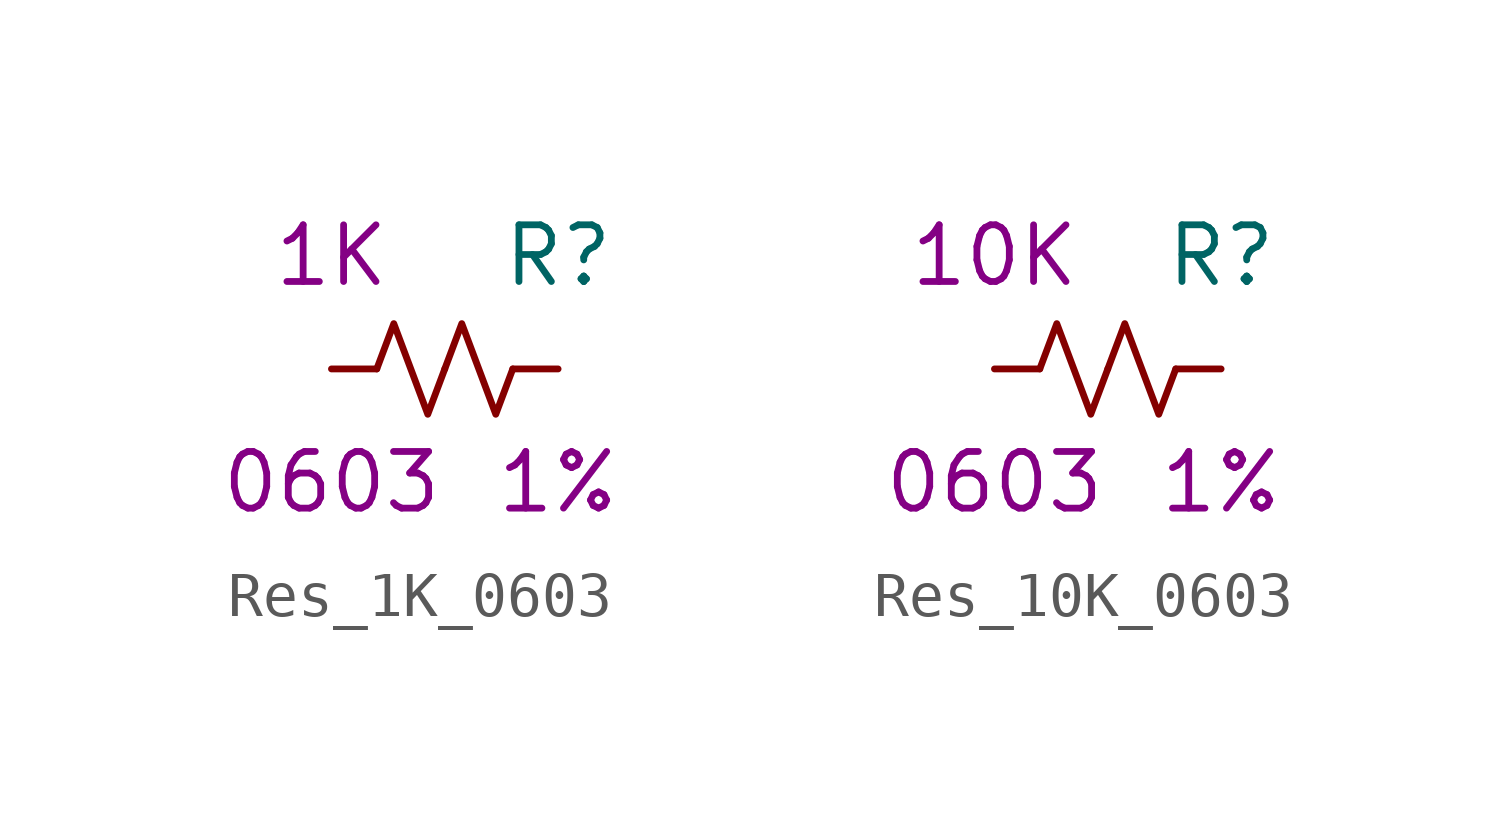
<source format=kicad_sym>
(kicad_symbol_lib
  (version 20211014)
  (generator kicad_symbol_editor)
  (symbol "Res_1K_0603"
    (pin_numbers hide)
    (pin_names
      (offset 0) hide)
    (property "Reference" "R"
      (at 5.08 2.54 0)
      (effects (font (size 1.27 1.27))))
    (property "Package" "0603"
      (at 0 -2.54 0)
      (effects (font (size 1.27 1.27))))
    (property "Property" "1K"
      (at 0 2.54 0)
      (effects (font (size 1.27 1.27))))
    (property "Tolerance" "1%"
      (at 5.08 -2.54 0)
      (effects (font (size 1.27 1.27))))
    (symbol "Res_1K_0603_1_1"
      (polyline (pts (xy 2.54 0) (xy 2.159 -1.016) (xy 1.778 0) (xy 1.397 1.016) (xy 1.016 0)) (stroke (width 0) (type default) (color 0 0 0 0)) (fill (type none)))
      (polyline (pts (xy 4.064 0) (xy 3.683 -1.016) (xy 3.302 0) (xy 2.921 1.016) (xy 2.54 0)) (stroke (width 0) (type default) (color 0 0 0 0)) (fill (type none)))
      (pin passive line (at 0 0 0) (length 1.016) (name "~" (effects (font (size 1.27 1.27)))) (number "1" (effects (font (size 1.27 1.27)))))
      (pin passive line (at 5.08 0 180) (length 1.016) (name "~" (effects (font (size 1.27 1.27)))) (number "2" (effects (font (size 1.27 1.27)))))))
  (symbol "Res_10K_0603"
    (pin_numbers hide)
    (pin_names
      (offset 0) hide)
    (property "Reference" "R"
      (at 5.08 2.54 0)
      (effects (font (size 1.27 1.27))))
    (property "Package" "0603"
      (at 0 -2.54 0)
      (effects (font (size 1.27 1.27))))
    (property "Property" "10K"
      (at 0 2.54 0)
      (effects (font (size 1.27 1.27))))
    (property "Tolerance" "1%"
      (at 5.08 -2.54 0)
      (effects (font (size 1.27 1.27))))
    (symbol "Res_10K_0603_1_1"
      (polyline (pts (xy 2.54 0) (xy 2.159 -1.016) (xy 1.778 0) (xy 1.397 1.016) (xy 1.016 0)) (stroke (width 0) (type default) (color 0 0 0 0)) (fill (type none)))
      (polyline (pts (xy 4.064 0) (xy 3.683 -1.016) (xy 3.302 0) (xy 2.921 1.016) (xy 2.54 0)) (stroke (width 0) (type default) (color 0 0 0 0)) (fill (type none)))
      (pin passive line (at 0 0 0) (length 1.016) (name "~" (effects (font (size 1.27 1.27)))) (number "1" (effects (font (size 1.27 1.27)))))
      (pin passive line (at 5.08 0 180) (length 1.016) (name "~" (effects (font (size 1.27 1.27)))) (number "2" (effects (font (size 1.27 1.27))))))))
</source>
